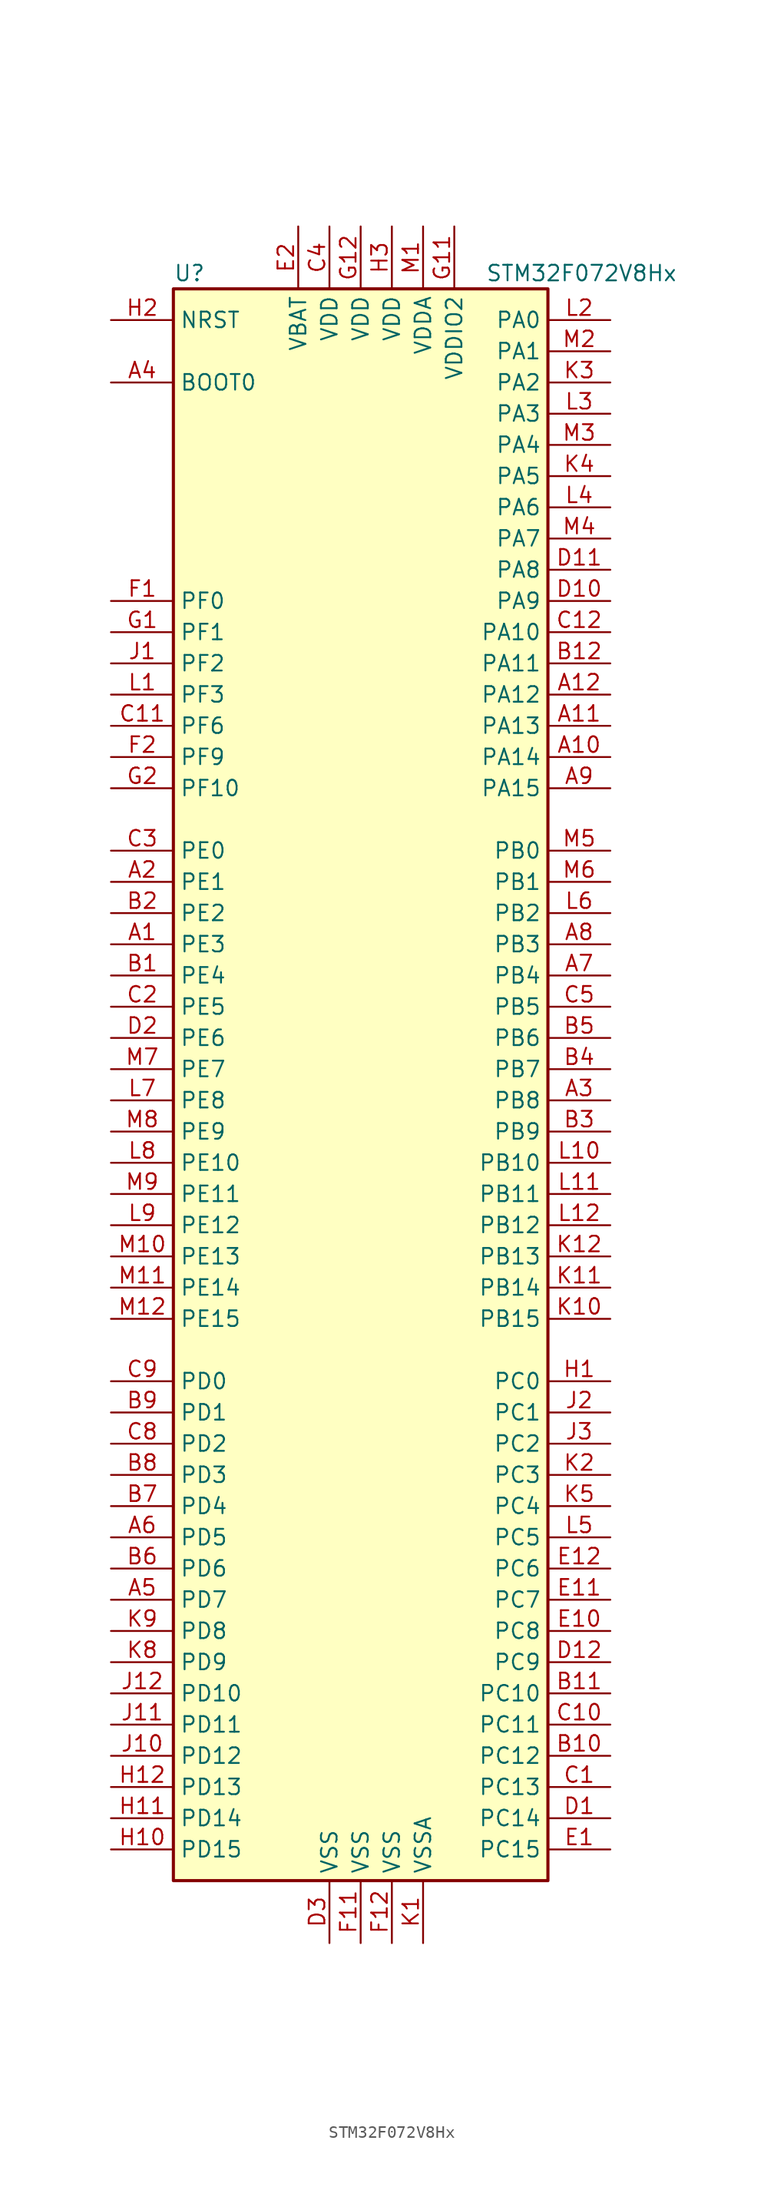
<source format=kicad_sym>
(kicad_symbol_lib
  (version 20201005)
  (generator kicad_symbol_editor)
  (symbol "STM32F072V8Hx"
    (property "Reference" "U"
      (at -15.24 64.77 0)
      (effects (font (size 1.27 1.27)) (justify left)))
    (property "Value" "STM32F072V8Hx"
      (at 10.16 64.77 0)
      (effects (font (size 1.27 1.27)) (justify left)))
    (symbol "STM32F072V8Hx_0_1"
      (rectangle (start -15.24 -66.04) (end 15.24 63.5) (stroke (width 0.254)) (fill (type background))))
    (symbol "STM32F072V8Hx_1_1"
      (pin input line (at -20.32 55.88 0) (length 5.08) (name "BOOT0" (effects (font (size 1.27 1.27)))) (number "A4" (effects (font (size 1.27 1.27)))))
      (pin no_connect line (at -15.24 -63.5 0) (length 5.08) hide (name "NC" (effects (font (size 1.27 1.27)))) (number "E3" (effects (font (size 1.27 1.27)))))
      (pin input line (at -20.32 60.96 0) (length 5.08) (name "NRST" (effects (font (size 1.27 1.27)))) (number "H2" (effects (font (size 1.27 1.27)))))
      (pin bidirectional line (at 20.32 60.96 180) (length 5.08) (name "PA0" (effects (font (size 1.27 1.27)))) (number "L2" (effects (font (size 1.27 1.27)))))
      (pin bidirectional line (at 20.32 58.42 180) (length 5.08) (name "PA1" (effects (font (size 1.27 1.27)))) (number "M2" (effects (font (size 1.27 1.27)))))
      (pin bidirectional line (at 20.32 35.56 180) (length 5.08) (name "PA10" (effects (font (size 1.27 1.27)))) (number "C12" (effects (font (size 1.27 1.27)))))
      (pin bidirectional line (at 20.32 33.02 180) (length 5.08) (name "PA11" (effects (font (size 1.27 1.27)))) (number "B12" (effects (font (size 1.27 1.27)))))
      (pin bidirectional line (at 20.32 30.48 180) (length 5.08) (name "PA12" (effects (font (size 1.27 1.27)))) (number "A12" (effects (font (size 1.27 1.27)))))
      (pin bidirectional line (at 20.32 27.94 180) (length 5.08) (name "PA13" (effects (font (size 1.27 1.27)))) (number "A11" (effects (font (size 1.27 1.27)))))
      (pin bidirectional line (at 20.32 25.4 180) (length 5.08) (name "PA14" (effects (font (size 1.27 1.27)))) (number "A10" (effects (font (size 1.27 1.27)))))
      (pin bidirectional line (at 20.32 22.86 180) (length 5.08) (name "PA15" (effects (font (size 1.27 1.27)))) (number "A9" (effects (font (size 1.27 1.27)))))
      (pin bidirectional line (at 20.32 55.88 180) (length 5.08) (name "PA2" (effects (font (size 1.27 1.27)))) (number "K3" (effects (font (size 1.27 1.27)))))
      (pin bidirectional line (at 20.32 53.34 180) (length 5.08) (name "PA3" (effects (font (size 1.27 1.27)))) (number "L3" (effects (font (size 1.27 1.27)))))
      (pin bidirectional line (at 20.32 50.8 180) (length 5.08) (name "PA4" (effects (font (size 1.27 1.27)))) (number "M3" (effects (font (size 1.27 1.27)))))
      (pin bidirectional line (at 20.32 48.26 180) (length 5.08) (name "PA5" (effects (font (size 1.27 1.27)))) (number "K4" (effects (font (size 1.27 1.27)))))
      (pin bidirectional line (at 20.32 45.72 180) (length 5.08) (name "PA6" (effects (font (size 1.27 1.27)))) (number "L4" (effects (font (size 1.27 1.27)))))
      (pin bidirectional line (at 20.32 43.18 180) (length 5.08) (name "PA7" (effects (font (size 1.27 1.27)))) (number "M4" (effects (font (size 1.27 1.27)))))
      (pin bidirectional line (at 20.32 40.64 180) (length 5.08) (name "PA8" (effects (font (size 1.27 1.27)))) (number "D11" (effects (font (size 1.27 1.27)))))
      (pin bidirectional line (at 20.32 38.1 180) (length 5.08) (name "PA9" (effects (font (size 1.27 1.27)))) (number "D10" (effects (font (size 1.27 1.27)))))
      (pin bidirectional line (at 20.32 17.78 180) (length 5.08) (name "PB0" (effects (font (size 1.27 1.27)))) (number "M5" (effects (font (size 1.27 1.27)))))
      (pin bidirectional line (at 20.32 15.24 180) (length 5.08) (name "PB1" (effects (font (size 1.27 1.27)))) (number "M6" (effects (font (size 1.27 1.27)))))
      (pin bidirectional line (at 20.32 -7.62 180) (length 5.08) (name "PB10" (effects (font (size 1.27 1.27)))) (number "L10" (effects (font (size 1.27 1.27)))))
      (pin bidirectional line (at 20.32 -10.16 180) (length 5.08) (name "PB11" (effects (font (size 1.27 1.27)))) (number "L11" (effects (font (size 1.27 1.27)))))
      (pin bidirectional line (at 20.32 -12.7 180) (length 5.08) (name "PB12" (effects (font (size 1.27 1.27)))) (number "L12" (effects (font (size 1.27 1.27)))))
      (pin bidirectional line (at 20.32 -15.24 180) (length 5.08) (name "PB13" (effects (font (size 1.27 1.27)))) (number "K12" (effects (font (size 1.27 1.27)))))
      (pin bidirectional line (at 20.32 -17.78 180) (length 5.08) (name "PB14" (effects (font (size 1.27 1.27)))) (number "K11" (effects (font (size 1.27 1.27)))))
      (pin bidirectional line (at 20.32 -20.32 180) (length 5.08) (name "PB15" (effects (font (size 1.27 1.27)))) (number "K10" (effects (font (size 1.27 1.27)))))
      (pin bidirectional line (at 20.32 12.7 180) (length 5.08) (name "PB2" (effects (font (size 1.27 1.27)))) (number "L6" (effects (font (size 1.27 1.27)))))
      (pin bidirectional line (at 20.32 10.16 180) (length 5.08) (name "PB3" (effects (font (size 1.27 1.27)))) (number "A8" (effects (font (size 1.27 1.27)))))
      (pin bidirectional line (at 20.32 7.62 180) (length 5.08) (name "PB4" (effects (font (size 1.27 1.27)))) (number "A7" (effects (font (size 1.27 1.27)))))
      (pin bidirectional line (at 20.32 5.08 180) (length 5.08) (name "PB5" (effects (font (size 1.27 1.27)))) (number "C5" (effects (font (size 1.27 1.27)))))
      (pin bidirectional line (at 20.32 2.54 180) (length 5.08) (name "PB6" (effects (font (size 1.27 1.27)))) (number "B5" (effects (font (size 1.27 1.27)))))
      (pin bidirectional line (at 20.32 0 180) (length 5.08) (name "PB7" (effects (font (size 1.27 1.27)))) (number "B4" (effects (font (size 1.27 1.27)))))
      (pin bidirectional line (at 20.32 -2.54 180) (length 5.08) (name "PB8" (effects (font (size 1.27 1.27)))) (number "A3" (effects (font (size 1.27 1.27)))))
      (pin bidirectional line (at 20.32 -5.08 180) (length 5.08) (name "PB9" (effects (font (size 1.27 1.27)))) (number "B3" (effects (font (size 1.27 1.27)))))
      (pin bidirectional line (at 20.32 -25.4 180) (length 5.08) (name "PC0" (effects (font (size 1.27 1.27)))) (number "H1" (effects (font (size 1.27 1.27)))))
      (pin bidirectional line (at 20.32 -27.94 180) (length 5.08) (name "PC1" (effects (font (size 1.27 1.27)))) (number "J2" (effects (font (size 1.27 1.27)))))
      (pin bidirectional line (at 20.32 -50.8 180) (length 5.08) (name "PC10" (effects (font (size 1.27 1.27)))) (number "B11" (effects (font (size 1.27 1.27)))))
      (pin bidirectional line (at 20.32 -53.34 180) (length 5.08) (name "PC11" (effects (font (size 1.27 1.27)))) (number "C10" (effects (font (size 1.27 1.27)))))
      (pin bidirectional line (at 20.32 -55.88 180) (length 5.08) (name "PC12" (effects (font (size 1.27 1.27)))) (number "B10" (effects (font (size 1.27 1.27)))))
      (pin bidirectional line (at 20.32 -58.42 180) (length 5.08) (name "PC13" (effects (font (size 1.27 1.27)))) (number "C1" (effects (font (size 1.27 1.27)))))
      (pin bidirectional line (at 20.32 -60.96 180) (length 5.08) (name "PC14" (effects (font (size 1.27 1.27)))) (number "D1" (effects (font (size 1.27 1.27)))))
      (pin bidirectional line (at 20.32 -63.5 180) (length 5.08) (name "PC15" (effects (font (size 1.27 1.27)))) (number "E1" (effects (font (size 1.27 1.27)))))
      (pin bidirectional line (at 20.32 -30.48 180) (length 5.08) (name "PC2" (effects (font (size 1.27 1.27)))) (number "J3" (effects (font (size 1.27 1.27)))))
      (pin bidirectional line (at 20.32 -33.02 180) (length 5.08) (name "PC3" (effects (font (size 1.27 1.27)))) (number "K2" (effects (font (size 1.27 1.27)))))
      (pin bidirectional line (at 20.32 -35.56 180) (length 5.08) (name "PC4" (effects (font (size 1.27 1.27)))) (number "K5" (effects (font (size 1.27 1.27)))))
      (pin bidirectional line (at 20.32 -38.1 180) (length 5.08) (name "PC5" (effects (font (size 1.27 1.27)))) (number "L5" (effects (font (size 1.27 1.27)))))
      (pin bidirectional line (at 20.32 -40.64 180) (length 5.08) (name "PC6" (effects (font (size 1.27 1.27)))) (number "E12" (effects (font (size 1.27 1.27)))))
      (pin bidirectional line (at 20.32 -43.18 180) (length 5.08) (name "PC7" (effects (font (size 1.27 1.27)))) (number "E11" (effects (font (size 1.27 1.27)))))
      (pin bidirectional line (at 20.32 -45.72 180) (length 5.08) (name "PC8" (effects (font (size 1.27 1.27)))) (number "E10" (effects (font (size 1.27 1.27)))))
      (pin bidirectional line (at 20.32 -48.26 180) (length 5.08) (name "PC9" (effects (font (size 1.27 1.27)))) (number "D12" (effects (font (size 1.27 1.27)))))
      (pin bidirectional line (at -20.32 -25.4 0) (length 5.08) (name "PD0" (effects (font (size 1.27 1.27)))) (number "C9" (effects (font (size 1.27 1.27)))))
      (pin bidirectional line (at -20.32 -27.94 0) (length 5.08) (name "PD1" (effects (font (size 1.27 1.27)))) (number "B9" (effects (font (size 1.27 1.27)))))
      (pin bidirectional line (at -20.32 -50.8 0) (length 5.08) (name "PD10" (effects (font (size 1.27 1.27)))) (number "J12" (effects (font (size 1.27 1.27)))))
      (pin bidirectional line (at -20.32 -53.34 0) (length 5.08) (name "PD11" (effects (font (size 1.27 1.27)))) (number "J11" (effects (font (size 1.27 1.27)))))
      (pin bidirectional line (at -20.32 -55.88 0) (length 5.08) (name "PD12" (effects (font (size 1.27 1.27)))) (number "J10" (effects (font (size 1.27 1.27)))))
      (pin bidirectional line (at -20.32 -58.42 0) (length 5.08) (name "PD13" (effects (font (size 1.27 1.27)))) (number "H12" (effects (font (size 1.27 1.27)))))
      (pin bidirectional line (at -20.32 -60.96 0) (length 5.08) (name "PD14" (effects (font (size 1.27 1.27)))) (number "H11" (effects (font (size 1.27 1.27)))))
      (pin bidirectional line (at -20.32 -63.5 0) (length 5.08) (name "PD15" (effects (font (size 1.27 1.27)))) (number "H10" (effects (font (size 1.27 1.27)))))
      (pin bidirectional line (at -20.32 -30.48 0) (length 5.08) (name "PD2" (effects (font (size 1.27 1.27)))) (number "C8" (effects (font (size 1.27 1.27)))))
      (pin bidirectional line (at -20.32 -33.02 0) (length 5.08) (name "PD3" (effects (font (size 1.27 1.27)))) (number "B8" (effects (font (size 1.27 1.27)))))
      (pin bidirectional line (at -20.32 -35.56 0) (length 5.08) (name "PD4" (effects (font (size 1.27 1.27)))) (number "B7" (effects (font (size 1.27 1.27)))))
      (pin bidirectional line (at -20.32 -38.1 0) (length 5.08) (name "PD5" (effects (font (size 1.27 1.27)))) (number "A6" (effects (font (size 1.27 1.27)))))
      (pin bidirectional line (at -20.32 -40.64 0) (length 5.08) (name "PD6" (effects (font (size 1.27 1.27)))) (number "B6" (effects (font (size 1.27 1.27)))))
      (pin bidirectional line (at -20.32 -43.18 0) (length 5.08) (name "PD7" (effects (font (size 1.27 1.27)))) (number "A5" (effects (font (size 1.27 1.27)))))
      (pin bidirectional line (at -20.32 -45.72 0) (length 5.08) (name "PD8" (effects (font (size 1.27 1.27)))) (number "K9" (effects (font (size 1.27 1.27)))))
      (pin bidirectional line (at -20.32 -48.26 0) (length 5.08) (name "PD9" (effects (font (size 1.27 1.27)))) (number "K8" (effects (font (size 1.27 1.27)))))
      (pin bidirectional line (at -20.32 17.78 0) (length 5.08) (name "PE0" (effects (font (size 1.27 1.27)))) (number "C3" (effects (font (size 1.27 1.27)))))
      (pin bidirectional line (at -20.32 15.24 0) (length 5.08) (name "PE1" (effects (font (size 1.27 1.27)))) (number "A2" (effects (font (size 1.27 1.27)))))
      (pin bidirectional line (at -20.32 -7.62 0) (length 5.08) (name "PE10" (effects (font (size 1.27 1.27)))) (number "L8" (effects (font (size 1.27 1.27)))))
      (pin bidirectional line (at -20.32 -10.16 0) (length 5.08) (name "PE11" (effects (font (size 1.27 1.27)))) (number "M9" (effects (font (size 1.27 1.27)))))
      (pin bidirectional line (at -20.32 -12.7 0) (length 5.08) (name "PE12" (effects (font (size 1.27 1.27)))) (number "L9" (effects (font (size 1.27 1.27)))))
      (pin bidirectional line (at -20.32 -15.24 0) (length 5.08) (name "PE13" (effects (font (size 1.27 1.27)))) (number "M10" (effects (font (size 1.27 1.27)))))
      (pin bidirectional line (at -20.32 -17.78 0) (length 5.08) (name "PE14" (effects (font (size 1.27 1.27)))) (number "M11" (effects (font (size 1.27 1.27)))))
      (pin bidirectional line (at -20.32 -20.32 0) (length 5.08) (name "PE15" (effects (font (size 1.27 1.27)))) (number "M12" (effects (font (size 1.27 1.27)))))
      (pin bidirectional line (at -20.32 12.7 0) (length 5.08) (name "PE2" (effects (font (size 1.27 1.27)))) (number "B2" (effects (font (size 1.27 1.27)))))
      (pin bidirectional line (at -20.32 10.16 0) (length 5.08) (name "PE3" (effects (font (size 1.27 1.27)))) (number "A1" (effects (font (size 1.27 1.27)))))
      (pin bidirectional line (at -20.32 7.62 0) (length 5.08) (name "PE4" (effects (font (size 1.27 1.27)))) (number "B1" (effects (font (size 1.27 1.27)))))
      (pin bidirectional line (at -20.32 5.08 0) (length 5.08) (name "PE5" (effects (font (size 1.27 1.27)))) (number "C2" (effects (font (size 1.27 1.27)))))
      (pin bidirectional line (at -20.32 2.54 0) (length 5.08) (name "PE6" (effects (font (size 1.27 1.27)))) (number "D2" (effects (font (size 1.27 1.27)))))
      (pin bidirectional line (at -20.32 0 0) (length 5.08) (name "PE7" (effects (font (size 1.27 1.27)))) (number "M7" (effects (font (size 1.27 1.27)))))
      (pin bidirectional line (at -20.32 -2.54 0) (length 5.08) (name "PE8" (effects (font (size 1.27 1.27)))) (number "L7" (effects (font (size 1.27 1.27)))))
      (pin bidirectional line (at -20.32 -5.08 0) (length 5.08) (name "PE9" (effects (font (size 1.27 1.27)))) (number "M8" (effects (font (size 1.27 1.27)))))
      (pin input line (at -20.32 38.1 0) (length 5.08) (name "PF0" (effects (font (size 1.27 1.27)))) (number "F1" (effects (font (size 1.27 1.27)))))
      (pin input line (at -20.32 35.56 0) (length 5.08) (name "PF1" (effects (font (size 1.27 1.27)))) (number "G1" (effects (font (size 1.27 1.27)))))
      (pin bidirectional line (at -20.32 22.86 0) (length 5.08) (name "PF10" (effects (font (size 1.27 1.27)))) (number "G2" (effects (font (size 1.27 1.27)))))
      (pin bidirectional line (at -20.32 33.02 0) (length 5.08) (name "PF2" (effects (font (size 1.27 1.27)))) (number "J1" (effects (font (size 1.27 1.27)))))
      (pin bidirectional line (at -20.32 30.48 0) (length 5.08) (name "PF3" (effects (font (size 1.27 1.27)))) (number "L1" (effects (font (size 1.27 1.27)))))
      (pin bidirectional line (at -20.32 27.94 0) (length 5.08) (name "PF6" (effects (font (size 1.27 1.27)))) (number "C11" (effects (font (size 1.27 1.27)))))
      (pin bidirectional line (at -20.32 25.4 0) (length 5.08) (name "PF9" (effects (font (size 1.27 1.27)))) (number "F2" (effects (font (size 1.27 1.27)))))
      (pin power_in line (at -5.08 68.58 270) (length 5.08) (name "VBAT" (effects (font (size 1.27 1.27)))) (number "E2" (effects (font (size 1.27 1.27)))))
      (pin power_in line (at -2.54 68.58 270) (length 5.08) (name "VDD" (effects (font (size 1.27 1.27)))) (number "C4" (effects (font (size 1.27 1.27)))))
      (pin power_in line (at 0 68.58 270) (length 5.08) (name "VDD" (effects (font (size 1.27 1.27)))) (number "G12" (effects (font (size 1.27 1.27)))))
      (pin power_in line (at 2.54 68.58 270) (length 5.08) (name "VDD" (effects (font (size 1.27 1.27)))) (number "H3" (effects (font (size 1.27 1.27)))))
      (pin power_in line (at 5.08 68.58 270) (length 5.08) (name "VDDA" (effects (font (size 1.27 1.27)))) (number "M1" (effects (font (size 1.27 1.27)))))
      (pin power_in line (at 7.62 68.58 270) (length 5.08) (name "VDDIO2" (effects (font (size 1.27 1.27)))) (number "G11" (effects (font (size 1.27 1.27)))))
      (pin power_in line (at -2.54 -71.12 90) (length 5.08) (name "VSS" (effects (font (size 1.27 1.27)))) (number "D3" (effects (font (size 1.27 1.27)))))
      (pin power_in line (at 0 -71.12 90) (length 5.08) (name "VSS" (effects (font (size 1.27 1.27)))) (number "F11" (effects (font (size 1.27 1.27)))))
      (pin power_in line (at 2.54 -71.12 90) (length 5.08) (name "VSS" (effects (font (size 1.27 1.27)))) (number "F12" (effects (font (size 1.27 1.27)))))
      (pin power_in line (at 5.08 -71.12 90) (length 5.08) (name "VSSA" (effects (font (size 1.27 1.27)))) (number "K1" (effects (font (size 1.27 1.27))))))))
</source>
